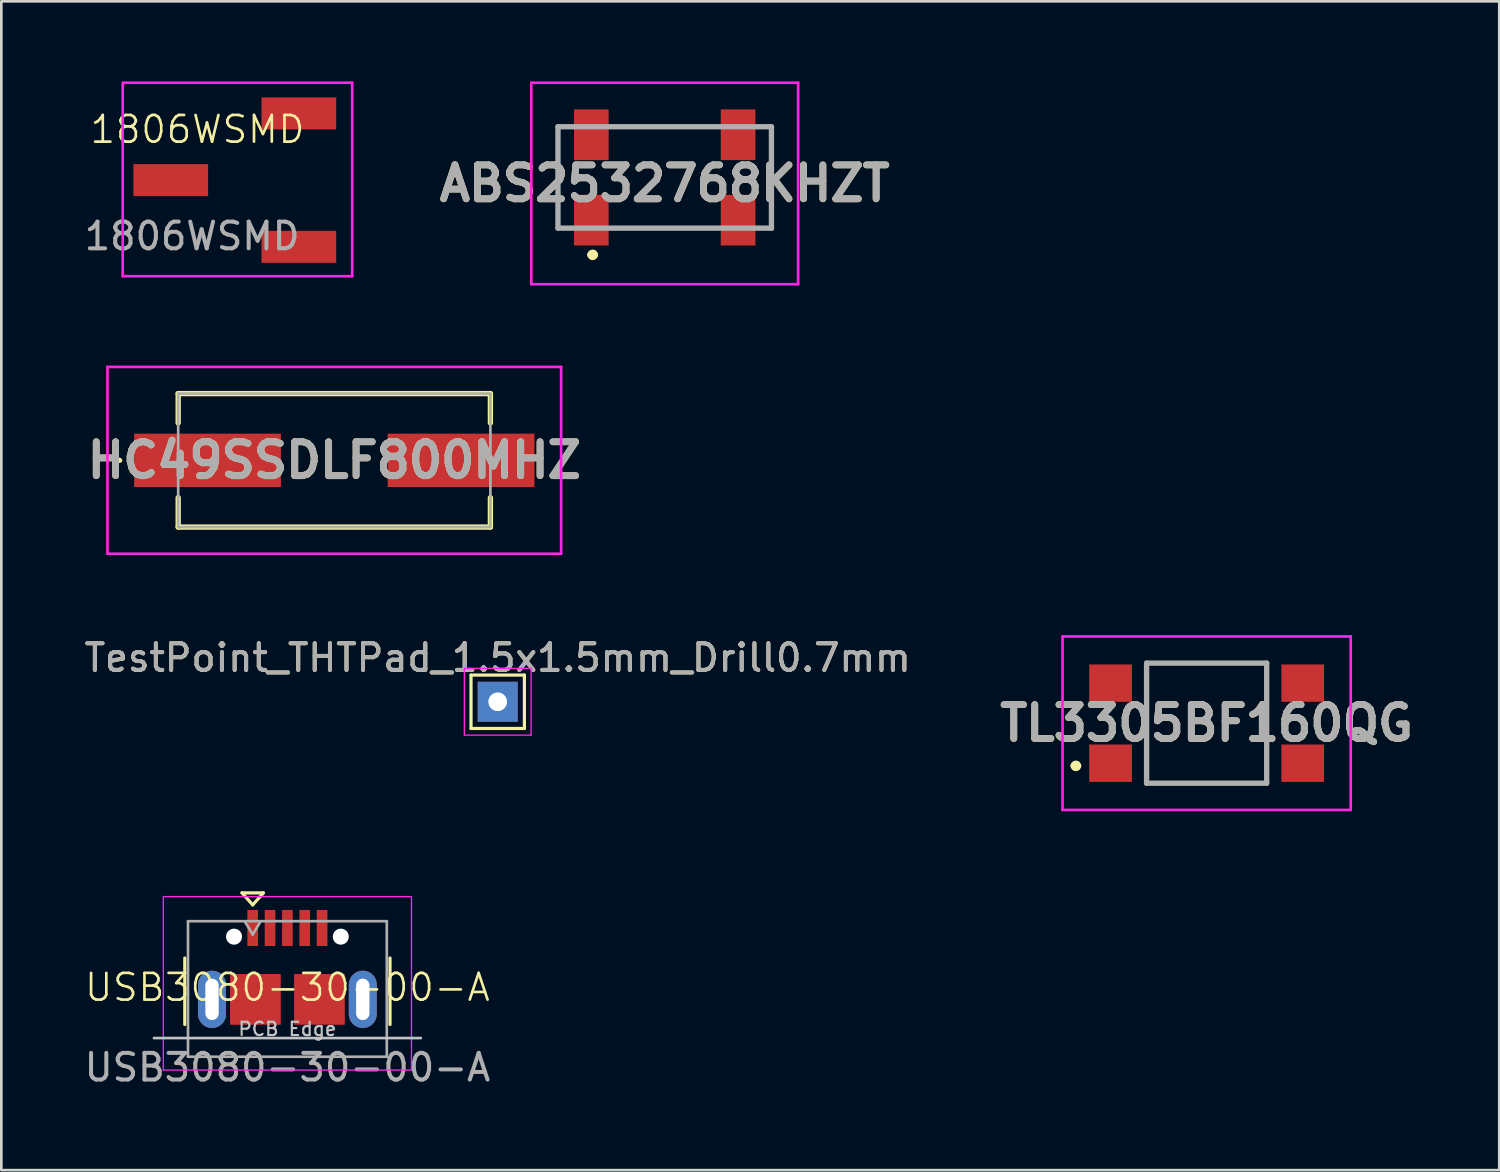
<source format=kicad_pcb>
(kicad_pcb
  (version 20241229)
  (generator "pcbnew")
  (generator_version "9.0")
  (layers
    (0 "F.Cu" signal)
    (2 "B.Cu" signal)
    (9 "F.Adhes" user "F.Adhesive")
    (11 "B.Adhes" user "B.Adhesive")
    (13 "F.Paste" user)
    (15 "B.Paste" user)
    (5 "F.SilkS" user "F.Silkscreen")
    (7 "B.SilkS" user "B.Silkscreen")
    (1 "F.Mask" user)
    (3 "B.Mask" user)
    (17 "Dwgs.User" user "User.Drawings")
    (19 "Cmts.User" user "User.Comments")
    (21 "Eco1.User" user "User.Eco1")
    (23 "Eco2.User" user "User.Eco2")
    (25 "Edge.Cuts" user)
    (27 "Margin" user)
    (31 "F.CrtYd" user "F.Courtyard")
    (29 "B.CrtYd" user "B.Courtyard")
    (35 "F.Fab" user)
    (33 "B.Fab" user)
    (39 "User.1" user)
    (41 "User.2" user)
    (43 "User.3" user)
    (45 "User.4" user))
  (footprint "HC49SSDLF800MHZ"
    (layer "F.Cu")
    (at 9.477 14.2)
    (property "Reference" "HC49SSDLF800MHZ" (at 0 0 0) (layer "F.SilkS") (effects (font (size 1.27 1.27) (thickness 0.254))))
    (attr smd)
    (fp_line (start -8.1 0) (end -8.1 0) (stroke (width 0.1) (type solid)) (layer "F.SilkS"))
    (fp_line (start -8 0) (end -8 0) (stroke (width 0.1) (type solid)) (layer "F.SilkS"))
    (fp_line (start -5.85 -2.5) (end 5.85 -2.5) (stroke (width 0.2) (type solid)) (layer "F.SilkS"))
    (fp_line (start -5.85 -1.4) (end -5.85 -2.5) (stroke (width 0.2) (type solid)) (layer "F.SilkS"))
    (fp_line (start -5.85 2.5) (end -5.85 1.4) (stroke (width 0.2) (type solid)) (layer "F.SilkS"))
    (fp_line (start 5.85 -2.5) (end 5.85 -1.4) (stroke (width 0.2) (type solid)) (layer "F.SilkS"))
    (fp_line (start 5.85 1.4) (end 5.85 2.5) (stroke (width 0.2) (type solid)) (layer "F.SilkS"))
    (fp_line (start 5.85 2.5) (end -5.85 2.5) (stroke (width 0.2) (type solid)) (layer "F.SilkS"))
    (fp_arc (start -8.1 0) (mid -8.05 -0.05) (end -8 0) (stroke (width 0.1) (type solid)) (layer "F.SilkS"))
    (fp_arc (start -8 0) (mid -8.05 0.05) (end -8.1 0) (stroke (width 0.1) (type solid)) (layer "F.SilkS"))
    (fp_line (start -8.5 -3.5) (end 8.5 -3.5) (stroke (width 0.1) (type solid)) (layer "F.CrtYd"))
    (fp_line (start -8.5 3.5) (end -8.5 -3.5) (stroke (width 0.1) (type solid)) (layer "F.CrtYd"))
    (fp_line (start 8.5 -3.5) (end 8.5 3.5) (stroke (width 0.1) (type solid)) (layer "F.CrtYd"))
    (fp_line (start 8.5 3.5) (end -8.5 3.5) (stroke (width 0.1) (type solid)) (layer "F.CrtYd"))
    (fp_line (start -5.85 -2.5) (end -5.85 2.5) (stroke (width 0.1) (type solid)) (layer "F.Fab"))
    (fp_line (start -5.85 2.5) (end 5.85 2.5) (stroke (width 0.1) (type solid)) (layer "F.Fab"))
    (fp_line (start 5.85 -2.5) (end -5.85 -2.5) (stroke (width 0.1) (type solid)) (layer "F.Fab"))
    (fp_line (start 5.85 2.5) (end 5.85 -2.5) (stroke (width 0.1) (type solid)) (layer "F.Fab"))
    (fp_text user "${REFERENCE}" (at 0 0 0) (layer "F.Fab") (effects (font (size 1.27 1.27) (thickness 0.254))))
    (pad "1" smd rect (at -4.75 0 90) (size 2 5.5) (layers "F.Cu" "F.Mask" "F.Paste"))
    (pad "2" smd rect (at 4.75 0 90) (size 2 5.5) (layers "F.Cu" "F.Mask" "F.Paste")))
  (footprint "1806WSMD"
    (layer "F.Cu")
    (at 4.149 3.3)
    (property "Reference" "1806WSMD" (at 0.2 -1.5 0) (unlocked yes) (layer "F.SilkS") (effects (font (size 1 1) (thickness 0.1))))
    (attr smd)
    (fp_line (start -2.6 -3.25) (end 6 -3.25) (stroke (width 0.1) (type solid)) (layer "F.CrtYd"))
    (fp_line (start -2.6 4) (end -2.6 -3.2) (stroke (width 0.1) (type solid)) (layer "F.CrtYd"))
    (fp_line (start 6 -3.25) (end 6 4) (stroke (width 0.1) (type solid)) (layer "F.CrtYd"))
    (fp_line (start 6 4) (end -2.6 4) (stroke (width 0.1) (type solid)) (layer "F.CrtYd"))
    (fp_text user "${REFERENCE}" (at 0 2.5 0) (unlocked yes) (layer "F.Fab") (effects (font (size 1 1) (thickness 0.15))))
    (pad "1" smd rect (at 4 2.9 180) (size 2.8 1.2) (layers "F.Cu" "F.Mask" "F.Paste"))
    (pad "2" smd rect (at -0.8 0.4 180) (size 2.8 1.2) (layers "F.Cu" "F.Mask" "F.Paste"))
    (pad "3" smd rect (at 4 -2.1 180) (size 2.8 1.2) (layers "F.Cu" "F.Mask" "F.Paste")))
  (footprint "ABS2532768KHZT"
    (layer "F.Cu")
    (at 21.859 4.15)
    (property "Reference" "ABS2532768KHZT" (at 0 -0.325 0) (layer "F.SilkS") (effects (font (size 1.27 1.27) (thickness 0.254))))
    (attr smd)
    (fp_line (start -4 -2.45) (end -4 1.35) (stroke (width 0.1) (type solid)) (layer "F.SilkS"))
    (fp_line (start -2.8 2.35) (end -2.8 2.35) (stroke (width 0.2) (type solid)) (layer "F.SilkS"))
    (fp_line (start -2.6 2.35) (end -2.6 2.35) (stroke (width 0.2) (type solid)) (layer "F.SilkS"))
    (fp_line (start -1.5 -2.45) (end 1.5 -2.45) (stroke (width 0.1) (type solid)) (layer "F.SilkS"))
    (fp_line (start -1.5 1.35) (end 1.5 1.35) (stroke (width 0.1) (type solid)) (layer "F.SilkS"))
    (fp_line (start 4 -2.45) (end 4 1.35) (stroke (width 0.1) (type solid)) (layer "F.SilkS"))
    (fp_arc (start -2.8 2.35) (mid -2.7 2.25) (end -2.6 2.35) (stroke (width 0.2) (type solid)) (layer "F.SilkS"))
    (fp_arc (start -2.6 2.35) (mid -2.7 2.45) (end -2.8 2.35) (stroke (width 0.2) (type solid)) (layer "F.SilkS"))
    (fp_line (start -5 -4.1) (end 5 -4.1) (stroke (width 0.1) (type solid)) (layer "F.CrtYd"))
    (fp_line (start -5 3.45) (end -5 -4.1) (stroke (width 0.1) (type solid)) (layer "F.CrtYd"))
    (fp_line (start 5 -4.1) (end 5 3.45) (stroke (width 0.1) (type solid)) (layer "F.CrtYd"))
    (fp_line (start 5 3.45) (end -5 3.45) (stroke (width 0.1) (type solid)) (layer "F.CrtYd"))
    (fp_line (start -4 -2.45) (end 4 -2.45) (stroke (width 0.2) (type solid)) (layer "F.Fab"))
    (fp_line (start -4 1.35) (end -4 -2.45) (stroke (width 0.2) (type solid)) (layer "F.Fab"))
    (fp_line (start 4 -2.45) (end 4 1.35) (stroke (width 0.2) (type solid)) (layer "F.Fab"))
    (fp_line (start 4 1.35) (end -4 1.35) (stroke (width 0.2) (type solid)) (layer "F.Fab"))
    (fp_text user "${REFERENCE}" (at 0 -0.325 0) (layer "F.Fab") (effects (font (size 1.27 1.27) (thickness 0.254))))
    (pad "1" smd rect (at -2.75 1.05) (size 1.3 1.9) (layers "F.Cu" "F.Mask" "F.Paste"))
    (pad "2" smd rect (at -2.75 -2.15) (size 1.3 1.9) (layers "F.Cu" "F.Mask" "F.Paste"))
    (pad "3" smd rect (at 2.75 -2.15) (size 1.3 1.9) (layers "F.Cu" "F.Mask" "F.Paste"))
    (pad "4" smd rect (at 2.75 1.05) (size 1.3 1.9) (layers "F.Cu" "F.Mask" "F.Paste")))
  (footprint "TestPoint_THTPad_1.5x1.5mm_Drill0.7mm"
    (layer "F.Cu")
    (at 15.601 23.248)
    (property "Reference" "TestPoint_THTPad_1.5x1.5mm_Drill0.7mm" (at 0 -1.648 0) (layer "F.SilkS") (effects (font (size 1 1) (thickness 0.15))))
    (attr exclude_from_pos_files exclude_from_bom)
    (fp_line (start -1 -1) (end 1 -1) (stroke (width 0.12) (type solid)) (layer "F.SilkS"))
    (fp_line (start -1 1) (end -1 -1) (stroke (width 0.12) (type solid)) (layer "F.SilkS"))
    (fp_line (start 1 -1) (end 1 1) (stroke (width 0.12) (type solid)) (layer "F.SilkS"))
    (fp_line (start 1 1) (end -1 1) (stroke (width 0.12) (type solid)) (layer "F.SilkS"))
    (fp_line (start -1.25 -1.25) (end -1.25 1.25) (stroke (width 0.05) (type solid)) (layer "F.CrtYd"))
    (fp_line (start -1.25 -1.25) (end 1.25 -1.25) (stroke (width 0.05) (type solid)) (layer "F.CrtYd"))
    (fp_line (start 1.25 1.25) (end -1.25 1.25) (stroke (width 0.05) (type solid)) (layer "F.CrtYd"))
    (fp_line (start 1.25 1.25) (end 1.25 -1.25) (stroke (width 0.05) (type solid)) (layer "F.CrtYd"))
    (fp_text user "${REFERENCE}" (at 0 -1.65 0) (layer "F.Fab") (effects (font (size 1 1) (thickness 0.15))))
    (pad "1" thru_hole rect (at 0 0) (size 1.5 1.5) (drill 0.7) (layers "*.Cu" "*.Mask")))
  (footprint "TL3305BF160QG"
    (layer "F.Cu")
    (at 42.167 24.05)
    (property "Reference" "TL3305BF160QG" (at 0 0 0) (layer "F.SilkS") (effects (font (size 1.27 1.27) (thickness 0.254))))
    (attr smd)
    (fp_line (start -5 1.6) (end -5 1.6) (stroke (width 0.2) (type solid)) (layer "F.SilkS"))
    (fp_line (start -4.8 1.6) (end -4.8 1.6) (stroke (width 0.2) (type solid)) (layer "F.SilkS"))
    (fp_line (start -2.25 -2.25) (end 2.25 -2.25) (stroke (width 0.1) (type solid)) (layer "F.SilkS"))
    (fp_line (start -2.25 2.25) (end -2.25 -2.25) (stroke (width 0.1) (type solid)) (layer "F.SilkS"))
    (fp_line (start 2.25 -2.25) (end 2.25 2.25) (stroke (width 0.1) (type solid)) (layer "F.SilkS"))
    (fp_line (start 2.25 2.25) (end -2.25 2.25) (stroke (width 0.1) (type solid)) (layer "F.SilkS"))
    (fp_arc (start -5 1.6) (mid -4.9 1.5) (end -4.8 1.6) (stroke (width 0.2) (type solid)) (layer "F.SilkS"))
    (fp_arc (start -4.8 1.6) (mid -4.9 1.7) (end -5 1.6) (stroke (width 0.2) (type solid)) (layer "F.SilkS"))
    (fp_line (start -5.4 -3.25) (end 5.4 -3.25) (stroke (width 0.1) (type solid)) (layer "F.CrtYd"))
    (fp_line (start -5.4 3.25) (end -5.4 -3.25) (stroke (width 0.1) (type solid)) (layer "F.CrtYd"))
    (fp_line (start 5.4 -3.25) (end 5.4 3.25) (stroke (width 0.1) (type solid)) (layer "F.CrtYd"))
    (fp_line (start 5.4 3.25) (end -5.4 3.25) (stroke (width 0.1) (type solid)) (layer "F.CrtYd"))
    (fp_line (start -2.25 -2.25) (end 2.25 -2.25) (stroke (width 0.2) (type solid)) (layer "F.Fab"))
    (fp_line (start -2.25 2.25) (end -2.25 -2.25) (stroke (width 0.2) (type solid)) (layer "F.Fab"))
    (fp_line (start 2.25 -2.25) (end 2.25 2.25) (stroke (width 0.2) (type solid)) (layer "F.Fab"))
    (fp_line (start 2.25 2.25) (end -2.25 2.25) (stroke (width 0.2) (type solid)) (layer "F.Fab"))
    (fp_text user "${REFERENCE}" (at 0 0 0) (layer "F.Fab") (effects (font (size 1.27 1.27) (thickness 0.254))))
    (pad "1" smd rect (at -3.6 1.5 90) (size 1.4 1.6) (layers "F.Cu" "F.Mask" "F.Paste"))
    (pad "2" smd rect (at -3.6 -1.5 90) (size 1.4 1.6) (layers "F.Cu" "F.Mask" "F.Paste"))
    (pad "3" smd rect (at 3.6 1.5 90) (size 1.4 1.6) (layers "F.Cu" "F.Mask" "F.Paste"))
    (pad "4" smd rect (at 3.6 -1.5 90) (size 1.4 1.6) (layers "F.Cu" "F.Mask" "F.Paste")))
  (footprint "USB3080-30-00-A"
    (layer "F.Cu")
    (at 7.72 34.5)
    (property "Reference" "USB3080-30-00-A" (at 0 -0.55 0) (unlocked yes) (layer "F.SilkS") (effects (font (size 1 1) (thickness 0.1))))
    (attr smd)
    (fp_line (start -3.845 -1.65) (end -3.845 0.84) (stroke (width 0.12) (type solid)) (layer "F.SilkS"))
    (fp_line (start -1.7 -4.09) (end -0.9 -4.09) (stroke (width 0.12) (type solid)) (layer "F.SilkS"))
    (fp_line (start -1.3 -3.64) (end -1.7 -4.09) (stroke (width 0.12) (type solid)) (layer "F.SilkS"))
    (fp_line (start -0.9 -4.09) (end -1.3 -3.64) (stroke (width 0.12) (type solid)) (layer "F.SilkS"))
    (fp_line (start 3.845 -1.65) (end 3.845 0.84) (stroke (width 0.12) (type solid)) (layer "F.SilkS"))
    (fp_line (start -5 1.35) (end 5 1.35) (stroke (width 0.1) (type solid)) (layer "Dwgs.User"))
    (fp_line (start -4.65 -3.95) (end 4.65 -3.95) (stroke (width 0.05) (type solid)) (layer "F.CrtYd"))
    (fp_line (start -4.65 2.55) (end -4.65 -3.95) (stroke (width 0.05) (type solid)) (layer "F.CrtYd"))
    (fp_line (start -4.65 2.55) (end 4.65 2.55) (stroke (width 0.05) (type solid)) (layer "F.CrtYd"))
    (fp_line (start 4.65 2.55) (end 4.65 -3.95) (stroke (width 0.05) (type solid)) (layer "F.CrtYd"))
    (fp_line (start -3.725 -3.03) (end 3.725 -3.03) (stroke (width 0.1) (type solid)) (layer "F.Fab"))
    (fp_line (start -3.725 2.05) (end -3.725 -3.03) (stroke (width 0.1) (type solid)) (layer "F.Fab"))
    (fp_line (start -3.725 2.05) (end 3.725 2.05) (stroke (width 0.1) (type solid)) (layer "F.Fab"))
    (fp_line (start -1.6 -3.03) (end -1.3 -2.53) (stroke (width 0.1) (type solid)) (layer "F.Fab"))
    (fp_line (start -1.3 -2.53) (end -1 -3.03) (stroke (width 0.1) (type solid)) (layer "F.Fab"))
    (fp_line (start 3.725 2.05) (end 3.725 -3.03) (stroke (width 0.1) (type solid)) (layer "F.Fab"))
    (fp_text user "PCB Edge" (at 0 1.01 0) (layer "Dwgs.User") (effects (font (size 0.5 0.5) (thickness 0.08))))
    (fp_text user "${REFERENCE}" (at 0 2.45 0) (unlocked yes) (layer "F.Fab") (effects (font (size 1 1) (thickness 0.15))))
    (pad "" np_thru_hole circle (at -2 -2.45) (size 0.6 0.6) (drill 0.6) (layers "*.Cu" "*.Mask"))
    (pad "" np_thru_hole circle (at 2 -2.45) (size 0.6 0.6) (drill 0.6) (layers "*.Cu" "*.Mask"))
    (pad "1" smd rect (at -1.3 -2.775) (size 0.4 1.35) (layers "F.Cu" "F.Mask" "F.Paste"))
    (pad "2" smd rect (at -0.65 -2.775) (size 0.4 1.35) (layers "F.Cu" "F.Mask" "F.Paste"))
    (pad "3" smd rect (at 0 -2.775) (size 0.4 1.35) (layers "F.Cu" "F.Mask" "F.Paste"))
    (pad "4" smd rect (at 0.65 -2.775) (size 0.4 1.35) (layers "F.Cu" "F.Mask" "F.Paste"))
    (pad "5" smd rect (at 1.3 -2.775) (size 0.4 1.35) (layers "F.Cu" "F.Mask" "F.Paste"))
    (pad "6" thru_hole oval (at -2.825 -0.1) (size 1.05 2.15) (drill oval 0.5 1.55) (property pad_prop_heatsink) (layers "*.Cu" "*.Mask"))
    (pad "6" smd rect (at -1.2 -0.1) (size 1.9 1.9) (layers "F.Cu" "F.Mask" "F.Paste"))
    (pad "6" smd rect (at 1.2 -0.1) (size 1.9 1.9) (layers "F.Cu" "F.Mask" "F.Paste"))
    (pad "6" thru_hole oval (at 2.825 -0.1) (size 1.05 2.15) (drill oval 0.5 1.55) (property pad_prop_heatsink) (layers "*.Cu" "*.Mask")))
  (gr_rect
    (start -3 -3)
    (end 53.132 40.798)
    (stroke (width 0.1) (type default))
    (fill no)
    (layer "Edge.Cuts")))
</source>
